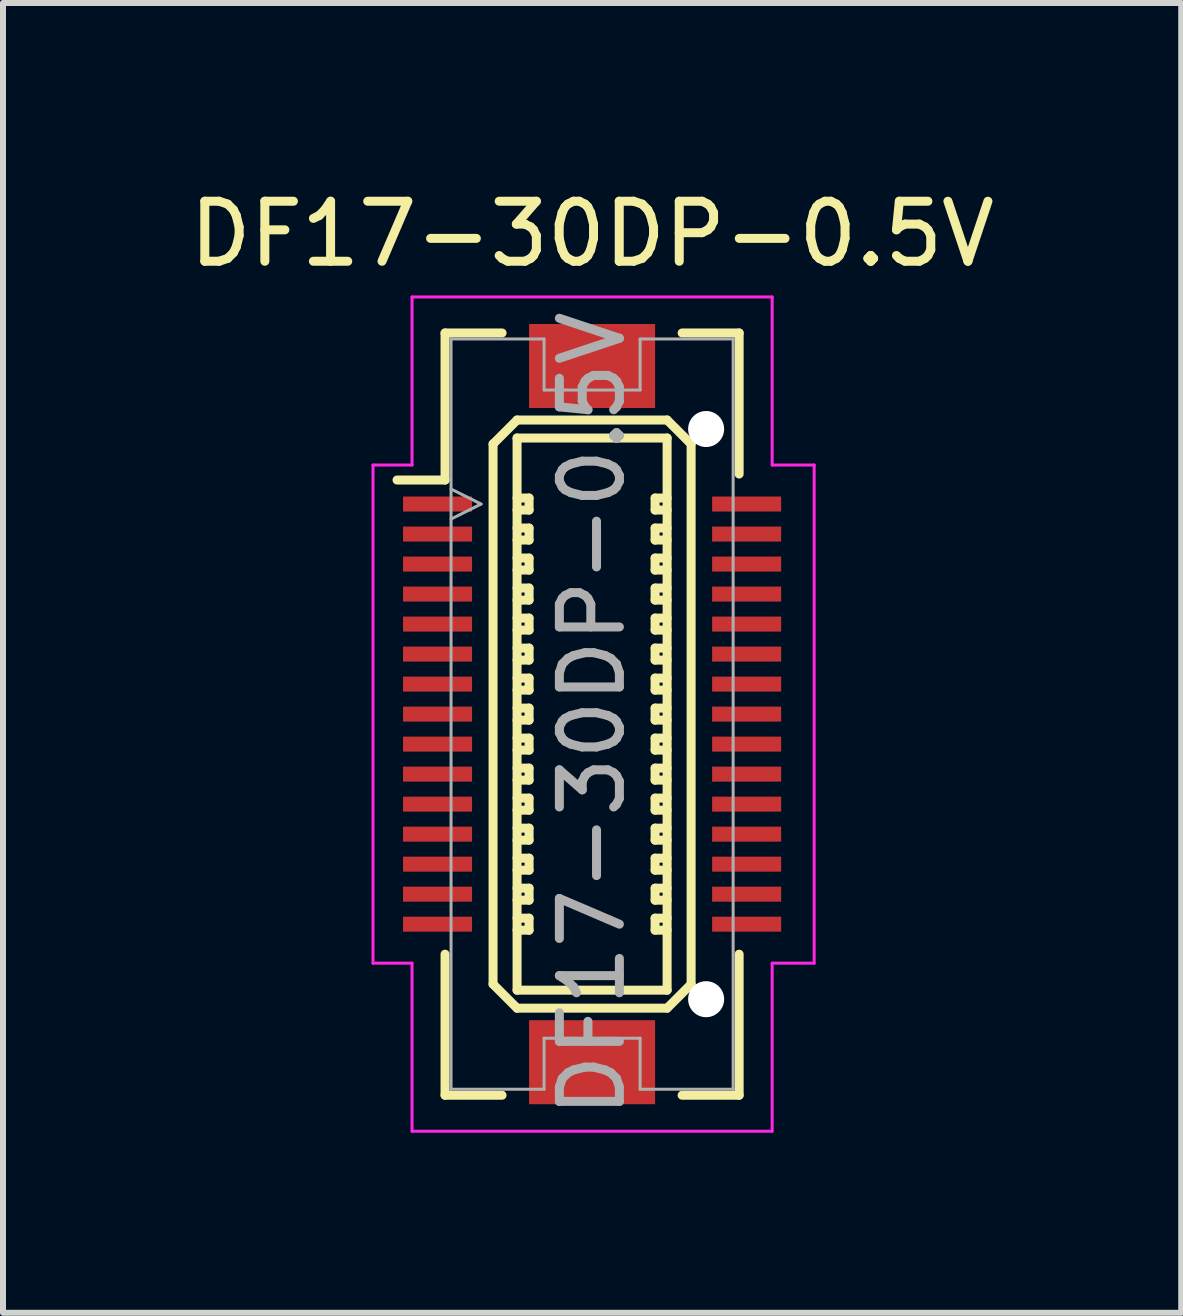
<source format=kicad_pcb>
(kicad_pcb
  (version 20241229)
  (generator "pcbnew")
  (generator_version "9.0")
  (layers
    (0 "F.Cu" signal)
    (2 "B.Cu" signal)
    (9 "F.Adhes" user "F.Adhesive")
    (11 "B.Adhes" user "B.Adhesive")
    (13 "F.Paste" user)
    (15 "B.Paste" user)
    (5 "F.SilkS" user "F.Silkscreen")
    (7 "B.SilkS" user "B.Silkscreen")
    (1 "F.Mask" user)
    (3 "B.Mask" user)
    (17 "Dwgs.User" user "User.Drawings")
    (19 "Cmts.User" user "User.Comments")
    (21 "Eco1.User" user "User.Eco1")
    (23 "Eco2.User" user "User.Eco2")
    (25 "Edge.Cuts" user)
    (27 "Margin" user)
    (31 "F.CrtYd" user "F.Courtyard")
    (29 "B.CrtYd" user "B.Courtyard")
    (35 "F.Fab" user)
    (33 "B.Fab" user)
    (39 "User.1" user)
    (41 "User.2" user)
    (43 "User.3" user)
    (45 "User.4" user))
  (footprint "DF17-30DP-0.5V"
    (layer "F.Cu")
    (at 6.815 8.848)
    (property "Reference" "DF17-30DP-0.5V" (at 0 0 90) (layer "F.Fab") (effects (font (size 1 1) (thickness 0.15))))
    (attr smd)
    (fp_line (start -2.45 -6.35) (end -2.45 -3.9) (stroke (width 0.15) (type solid)) (layer "F.SilkS"))
    (fp_line (start -2.45 -6.35) (end -1.5 -6.35) (stroke (width 0.15) (type solid)) (layer "F.SilkS"))
    (fp_line (start -2.45 -3.9) (end -3.25 -3.9) (stroke (width 0.15) (type solid)) (layer "F.SilkS"))
    (fp_line (start -2.45 4) (end -2.45 6.35) (stroke (width 0.15) (type solid)) (layer "F.SilkS"))
    (fp_line (start -2.45 6.35) (end -1.5 6.35) (stroke (width 0.15) (type solid)) (layer "F.SilkS"))
    (fp_line (start -1.65 -4.5) (end -1.25 -4.9) (stroke (width 0.15) (type solid)) (layer "F.SilkS"))
    (fp_line (start -1.65 4.5) (end -1.65 -4.5) (stroke (width 0.15) (type solid)) (layer "F.SilkS"))
    (fp_line (start -1.25 -4.9) (end 1.25 -4.9) (stroke (width 0.15) (type solid)) (layer "F.SilkS"))
    (fp_line (start -1.25 -4.6) (end 1.25 -4.6) (stroke (width 0.15) (type solid)) (layer "F.SilkS"))
    (fp_line (start -1.25 -3.6) (end -1.05 -3.6) (stroke (width 0.15) (type solid)) (layer "F.SilkS"))
    (fp_line (start -1.25 -3.1) (end -1.05 -3.1) (stroke (width 0.15) (type solid)) (layer "F.SilkS"))
    (fp_line (start -1.25 -2.6) (end -1.05 -2.6) (stroke (width 0.15) (type solid)) (layer "F.SilkS"))
    (fp_line (start -1.25 -2.1) (end -1.05 -2.1) (stroke (width 0.15) (type solid)) (layer "F.SilkS"))
    (fp_line (start -1.25 -1.6) (end -1.05 -1.6) (stroke (width 0.15) (type solid)) (layer "F.SilkS"))
    (fp_line (start -1.25 -1.1) (end -1.05 -1.1) (stroke (width 0.15) (type solid)) (layer "F.SilkS"))
    (fp_line (start -1.25 -0.6) (end -1.05 -0.6) (stroke (width 0.15) (type solid)) (layer "F.SilkS"))
    (fp_line (start -1.25 -0.1) (end -1.05 -0.1) (stroke (width 0.15) (type solid)) (layer "F.SilkS"))
    (fp_line (start -1.25 0.4) (end -1.05 0.4) (stroke (width 0.15) (type solid)) (layer "F.SilkS"))
    (fp_line (start -1.25 0.9) (end -1.05 0.9) (stroke (width 0.15) (type solid)) (layer "F.SilkS"))
    (fp_line (start -1.25 1.4) (end -1.05 1.4) (stroke (width 0.15) (type solid)) (layer "F.SilkS"))
    (fp_line (start -1.25 1.9) (end -1.05 1.9) (stroke (width 0.15) (type solid)) (layer "F.SilkS"))
    (fp_line (start -1.25 2.4) (end -1.05 2.4) (stroke (width 0.15) (type solid)) (layer "F.SilkS"))
    (fp_line (start -1.25 2.9) (end -1.05 2.9) (stroke (width 0.15) (type solid)) (layer "F.SilkS"))
    (fp_line (start -1.25 3.4) (end -1.05 3.4) (stroke (width 0.15) (type solid)) (layer "F.SilkS"))
    (fp_line (start -1.25 4.6) (end -1.25 -4.6) (stroke (width 0.15) (type solid)) (layer "F.SilkS"))
    (fp_line (start -1.25 4.9) (end -1.65 4.5) (stroke (width 0.15) (type solid)) (layer "F.SilkS"))
    (fp_line (start -1.05 -3.6) (end -1.05 -3.4) (stroke (width 0.15) (type solid)) (layer "F.SilkS"))
    (fp_line (start -1.05 -3.4) (end -1.25 -3.4) (stroke (width 0.15) (type solid)) (layer "F.SilkS"))
    (fp_line (start -1.05 -3.1) (end -1.05 -2.9) (stroke (width 0.15) (type solid)) (layer "F.SilkS"))
    (fp_line (start -1.05 -2.9) (end -1.25 -2.9) (stroke (width 0.15) (type solid)) (layer "F.SilkS"))
    (fp_line (start -1.05 -2.6) (end -1.05 -2.4) (stroke (width 0.15) (type solid)) (layer "F.SilkS"))
    (fp_line (start -1.05 -2.4) (end -1.25 -2.4) (stroke (width 0.15) (type solid)) (layer "F.SilkS"))
    (fp_line (start -1.05 -2.1) (end -1.05 -1.9) (stroke (width 0.15) (type solid)) (layer "F.SilkS"))
    (fp_line (start -1.05 -1.9) (end -1.25 -1.9) (stroke (width 0.15) (type solid)) (layer "F.SilkS"))
    (fp_line (start -1.05 -1.6) (end -1.05 -1.4) (stroke (width 0.15) (type solid)) (layer "F.SilkS"))
    (fp_line (start -1.05 -1.4) (end -1.25 -1.4) (stroke (width 0.15) (type solid)) (layer "F.SilkS"))
    (fp_line (start -1.05 -1.1) (end -1.05 -0.9) (stroke (width 0.15) (type solid)) (layer "F.SilkS"))
    (fp_line (start -1.05 -0.9) (end -1.25 -0.9) (stroke (width 0.15) (type solid)) (layer "F.SilkS"))
    (fp_line (start -1.05 -0.6) (end -1.05 -0.4) (stroke (width 0.15) (type solid)) (layer "F.SilkS"))
    (fp_line (start -1.05 -0.4) (end -1.25 -0.4) (stroke (width 0.15) (type solid)) (layer "F.SilkS"))
    (fp_line (start -1.05 -0.1) (end -1.05 0.1) (stroke (width 0.15) (type solid)) (layer "F.SilkS"))
    (fp_line (start -1.05 0.1) (end -1.25 0.1) (stroke (width 0.15) (type solid)) (layer "F.SilkS"))
    (fp_line (start -1.05 0.4) (end -1.05 0.6) (stroke (width 0.15) (type solid)) (layer "F.SilkS"))
    (fp_line (start -1.05 0.6) (end -1.25 0.6) (stroke (width 0.15) (type solid)) (layer "F.SilkS"))
    (fp_line (start -1.05 0.9) (end -1.05 1.1) (stroke (width 0.15) (type solid)) (layer "F.SilkS"))
    (fp_line (start -1.05 1.1) (end -1.25 1.1) (stroke (width 0.15) (type solid)) (layer "F.SilkS"))
    (fp_line (start -1.05 1.4) (end -1.05 1.6) (stroke (width 0.15) (type solid)) (layer "F.SilkS"))
    (fp_line (start -1.05 1.6) (end -1.25 1.6) (stroke (width 0.15) (type solid)) (layer "F.SilkS"))
    (fp_line (start -1.05 1.9) (end -1.05 2.1) (stroke (width 0.15) (type solid)) (layer "F.SilkS"))
    (fp_line (start -1.05 2.1) (end -1.25 2.1) (stroke (width 0.15) (type solid)) (layer "F.SilkS"))
    (fp_line (start -1.05 2.4) (end -1.05 2.6) (stroke (width 0.15) (type solid)) (layer "F.SilkS"))
    (fp_line (start -1.05 2.6) (end -1.25 2.6) (stroke (width 0.15) (type solid)) (layer "F.SilkS"))
    (fp_line (start -1.05 2.9) (end -1.05 3.1) (stroke (width 0.15) (type solid)) (layer "F.SilkS"))
    (fp_line (start -1.05 3.1) (end -1.25 3.1) (stroke (width 0.15) (type solid)) (layer "F.SilkS"))
    (fp_line (start -1.05 3.4) (end -1.05 3.6) (stroke (width 0.15) (type solid)) (layer "F.SilkS"))
    (fp_line (start -1.05 3.6) (end -1.25 3.6) (stroke (width 0.15) (type solid)) (layer "F.SilkS"))
    (fp_line (start 1.05 -3.6) (end 1.25 -3.6) (stroke (width 0.15) (type solid)) (layer "F.SilkS"))
    (fp_line (start 1.05 -3.4) (end 1.05 -3.6) (stroke (width 0.15) (type solid)) (layer "F.SilkS"))
    (fp_line (start 1.05 -3.1) (end 1.25 -3.1) (stroke (width 0.15) (type solid)) (layer "F.SilkS"))
    (fp_line (start 1.05 -2.9) (end 1.05 -3.1) (stroke (width 0.15) (type solid)) (layer "F.SilkS"))
    (fp_line (start 1.05 -2.6) (end 1.25 -2.6) (stroke (width 0.15) (type solid)) (layer "F.SilkS"))
    (fp_line (start 1.05 -2.4) (end 1.05 -2.6) (stroke (width 0.15) (type solid)) (layer "F.SilkS"))
    (fp_line (start 1.05 -2.1) (end 1.25 -2.1) (stroke (width 0.15) (type solid)) (layer "F.SilkS"))
    (fp_line (start 1.05 -1.9) (end 1.05 -2.1) (stroke (width 0.15) (type solid)) (layer "F.SilkS"))
    (fp_line (start 1.05 -1.6) (end 1.25 -1.6) (stroke (width 0.15) (type solid)) (layer "F.SilkS"))
    (fp_line (start 1.05 -1.4) (end 1.05 -1.6) (stroke (width 0.15) (type solid)) (layer "F.SilkS"))
    (fp_line (start 1.05 -1.1) (end 1.25 -1.1) (stroke (width 0.15) (type solid)) (layer "F.SilkS"))
    (fp_line (start 1.05 -0.9) (end 1.05 -1.1) (stroke (width 0.15) (type solid)) (layer "F.SilkS"))
    (fp_line (start 1.05 -0.6) (end 1.25 -0.6) (stroke (width 0.15) (type solid)) (layer "F.SilkS"))
    (fp_line (start 1.05 -0.4) (end 1.05 -0.6) (stroke (width 0.15) (type solid)) (layer "F.SilkS"))
    (fp_line (start 1.05 -0.1) (end 1.25 -0.1) (stroke (width 0.15) (type solid)) (layer "F.SilkS"))
    (fp_line (start 1.05 0.1) (end 1.05 -0.1) (stroke (width 0.15) (type solid)) (layer "F.SilkS"))
    (fp_line (start 1.05 0.4) (end 1.25 0.4) (stroke (width 0.15) (type solid)) (layer "F.SilkS"))
    (fp_line (start 1.05 0.6) (end 1.05 0.4) (stroke (width 0.15) (type solid)) (layer "F.SilkS"))
    (fp_line (start 1.05 0.9) (end 1.25 0.9) (stroke (width 0.15) (type solid)) (layer "F.SilkS"))
    (fp_line (start 1.05 1.1) (end 1.05 0.9) (stroke (width 0.15) (type solid)) (layer "F.SilkS"))
    (fp_line (start 1.05 1.4) (end 1.25 1.4) (stroke (width 0.15) (type solid)) (layer "F.SilkS"))
    (fp_line (start 1.05 1.6) (end 1.05 1.4) (stroke (width 0.15) (type solid)) (layer "F.SilkS"))
    (fp_line (start 1.05 1.9) (end 1.25 1.9) (stroke (width 0.15) (type solid)) (layer "F.SilkS"))
    (fp_line (start 1.05 2.1) (end 1.05 1.9) (stroke (width 0.15) (type solid)) (layer "F.SilkS"))
    (fp_line (start 1.05 2.4) (end 1.25 2.4) (stroke (width 0.15) (type solid)) (layer "F.SilkS"))
    (fp_line (start 1.05 2.6) (end 1.05 2.4) (stroke (width 0.15) (type solid)) (layer "F.SilkS"))
    (fp_line (start 1.05 2.9) (end 1.25 2.9) (stroke (width 0.15) (type solid)) (layer "F.SilkS"))
    (fp_line (start 1.05 3.1) (end 1.05 2.9) (stroke (width 0.15) (type solid)) (layer "F.SilkS"))
    (fp_line (start 1.05 3.4) (end 1.25 3.4) (stroke (width 0.15) (type solid)) (layer "F.SilkS"))
    (fp_line (start 1.05 3.6) (end 1.05 3.4) (stroke (width 0.15) (type solid)) (layer "F.SilkS"))
    (fp_line (start 1.25 -4.9) (end 1.65 -4.5) (stroke (width 0.15) (type solid)) (layer "F.SilkS"))
    (fp_line (start 1.25 -4.6) (end 1.25 4.6) (stroke (width 0.15) (type solid)) (layer "F.SilkS"))
    (fp_line (start 1.25 -3.4) (end 1.05 -3.4) (stroke (width 0.15) (type solid)) (layer "F.SilkS"))
    (fp_line (start 1.25 -2.9) (end 1.05 -2.9) (stroke (width 0.15) (type solid)) (layer "F.SilkS"))
    (fp_line (start 1.25 -2.4) (end 1.05 -2.4) (stroke (width 0.15) (type solid)) (layer "F.SilkS"))
    (fp_line (start 1.25 -1.9) (end 1.05 -1.9) (stroke (width 0.15) (type solid)) (layer "F.SilkS"))
    (fp_line (start 1.25 -1.4) (end 1.05 -1.4) (stroke (width 0.15) (type solid)) (layer "F.SilkS"))
    (fp_line (start 1.25 -0.9) (end 1.05 -0.9) (stroke (width 0.15) (type solid)) (layer "F.SilkS"))
    (fp_line (start 1.25 -0.4) (end 1.05 -0.4) (stroke (width 0.15) (type solid)) (layer "F.SilkS"))
    (fp_line (start 1.25 0.1) (end 1.05 0.1) (stroke (width 0.15) (type solid)) (layer "F.SilkS"))
    (fp_line (start 1.25 0.6) (end 1.05 0.6) (stroke (width 0.15) (type solid)) (layer "F.SilkS"))
    (fp_line (start 1.25 1.1) (end 1.05 1.1) (stroke (width 0.15) (type solid)) (layer "F.SilkS"))
    (fp_line (start 1.25 1.6) (end 1.05 1.6) (stroke (width 0.15) (type solid)) (layer "F.SilkS"))
    (fp_line (start 1.25 2.1) (end 1.05 2.1) (stroke (width 0.15) (type solid)) (layer "F.SilkS"))
    (fp_line (start 1.25 2.6) (end 1.05 2.6) (stroke (width 0.15) (type solid)) (layer "F.SilkS"))
    (fp_line (start 1.25 3.1) (end 1.05 3.1) (stroke (width 0.15) (type solid)) (layer "F.SilkS"))
    (fp_line (start 1.25 3.6) (end 1.05 3.6) (stroke (width 0.15) (type solid)) (layer "F.SilkS"))
    (fp_line (start 1.25 4.6) (end -1.25 4.6) (stroke (width 0.15) (type solid)) (layer "F.SilkS"))
    (fp_line (start 1.25 4.9) (end -1.25 4.9) (stroke (width 0.15) (type solid)) (layer "F.SilkS"))
    (fp_line (start 1.25 4.9) (end 1.65 4.5) (stroke (width 0.15) (type solid)) (layer "F.SilkS"))
    (fp_line (start 1.5 -6.35) (end 2.45 -6.35) (stroke (width 0.15) (type solid)) (layer "F.SilkS"))
    (fp_line (start 1.65 -4.5) (end 1.65 4.5) (stroke (width 0.15) (type solid)) (layer "F.SilkS"))
    (fp_line (start 2.45 -6.35) (end 2.45 -4) (stroke (width 0.15) (type solid)) (layer "F.SilkS"))
    (fp_line (start 2.45 4) (end 2.45 6.35) (stroke (width 0.15) (type solid)) (layer "F.SilkS"))
    (fp_line (start 2.45 6.35) (end 1.5 6.35) (stroke (width 0.15) (type solid)) (layer "F.SilkS"))
    (fp_line (start -3.65 -4.15) (end -3.65 4.15) (stroke (width 0.05) (type solid)) (layer "F.CrtYd"))
    (fp_line (start -3 -6.95) (end -3 -4.15) (stroke (width 0.05) (type solid)) (layer "F.CrtYd"))
    (fp_line (start -3 -4.15) (end -3.65 -4.15) (stroke (width 0.05) (type solid)) (layer "F.CrtYd"))
    (fp_line (start -3 4.15) (end -3.65 4.15) (stroke (width 0.05) (type solid)) (layer "F.CrtYd"))
    (fp_line (start -3 6.95) (end -3 4.15) (stroke (width 0.05) (type solid)) (layer "F.CrtYd"))
    (fp_line (start -3 6.95) (end 3 6.95) (stroke (width 0.05) (type solid)) (layer "F.CrtYd"))
    (fp_line (start 3 -6.95) (end -3 -6.95) (stroke (width 0.05) (type solid)) (layer "F.CrtYd"))
    (fp_line (start 3 -4.15) (end 3 -6.95) (stroke (width 0.05) (type solid)) (layer "F.CrtYd"))
    (fp_line (start 3 4.15) (end 3.7 4.15) (stroke (width 0.05) (type solid)) (layer "F.CrtYd"))
    (fp_line (start 3 6.95) (end 3 4.15) (stroke (width 0.05) (type solid)) (layer "F.CrtYd"))
    (fp_line (start 3.7 -4.15) (end 3 -4.15) (stroke (width 0.05) (type solid)) (layer "F.CrtYd"))
    (fp_line (start 3.7 4.15) (end 3.7 -4.15) (stroke (width 0.05) (type solid)) (layer "F.CrtYd"))
    (fp_line (start -2.35 -6.25) (end -2.35 6.25) (stroke (width 0.05) (type solid)) (layer "F.Fab"))
    (fp_line (start -2.35 -6.25) (end -0.8 -6.25) (stroke (width 0.05) (type solid)) (layer "F.Fab"))
    (fp_line (start -2.35 -3.25) (end -1.85 -3.5) (stroke (width 0.05) (type solid)) (layer "F.Fab"))
    (fp_line (start -2.35 6.25) (end -0.8 6.25) (stroke (width 0.05) (type solid)) (layer "F.Fab"))
    (fp_line (start -1.85 -3.5) (end -2.35 -3.75) (stroke (width 0.05) (type solid)) (layer "F.Fab"))
    (fp_line (start -0.8 -6.25) (end -0.8 -5.4) (stroke (width 0.05) (type solid)) (layer "F.Fab"))
    (fp_line (start -0.8 -5.4) (end 0.8 -5.4) (stroke (width 0.05) (type solid)) (layer "F.Fab"))
    (fp_line (start -0.8 5.4) (end -0.8 6.25) (stroke (width 0.05) (type solid)) (layer "F.Fab"))
    (fp_line (start -0.8 5.4) (end 0.8 5.4) (stroke (width 0.05) (type solid)) (layer "F.Fab"))
    (fp_line (start 0.8 -6.25) (end 2.35 -6.25) (stroke (width 0.05) (type solid)) (layer "F.Fab"))
    (fp_line (start 0.8 -5.4) (end 0.8 -6.25) (stroke (width 0.05) (type solid)) (layer "F.Fab"))
    (fp_line (start 0.8 6.25) (end 0.8 5.4) (stroke (width 0.05) (type solid)) (layer "F.Fab"))
    (fp_line (start 0.8 6.25) (end 2.35 6.25) (stroke (width 0.05) (type solid)) (layer "F.Fab"))
    (fp_line (start 2.35 -6.25) (end 2.35 6.25) (stroke (width 0.05) (type solid)) (layer "F.Fab"))
    (fp_text user "${REFERENCE}" (at 0 -8 0) (layer "F.SilkS") (effects (font (size 1 1) (thickness 0.15))))
    (pad "" smd rect (at 0 -5.8) (size 2.1 1.4) (layers "F.Cu" "F.Mask" "F.Paste"))
    (pad "" smd rect (at 0 5.8) (size 2.1 1.4) (layers "F.Cu" "F.Mask" "F.Paste"))
    (pad "" np_thru_hole circle (at 1.9 -4.75) (size 0.6 0.6) (drill 0.6) (layers "*.Cu"))
    (pad "" np_thru_hole circle (at 1.9 4.75) (size 0.6 0.6) (drill 0.6) (layers "*.Cu"))
    (pad "1" smd rect (at -2.575 -3.5) (size 1.15 0.25) (layers "F.Cu" "F.Mask" "F.Paste"))
    (pad "2" smd rect (at -2.575 -3) (size 1.15 0.25) (layers "F.Cu" "F.Mask" "F.Paste"))
    (pad "3" smd rect (at -2.575 -2.5) (size 1.15 0.25) (layers "F.Cu" "F.Mask" "F.Paste"))
    (pad "4" smd rect (at -2.575 -2) (size 1.15 0.25) (layers "F.Cu" "F.Mask" "F.Paste"))
    (pad "5" smd rect (at -2.575 -1.5) (size 1.15 0.25) (layers "F.Cu" "F.Mask" "F.Paste"))
    (pad "6" smd rect (at -2.575 -1) (size 1.15 0.25) (layers "F.Cu" "F.Mask" "F.Paste"))
    (pad "7" smd rect (at -2.575 -0.5) (size 1.15 0.25) (layers "F.Cu" "F.Mask" "F.Paste"))
    (pad "8" smd rect (at -2.575 0) (size 1.15 0.25) (layers "F.Cu" "F.Mask" "F.Paste"))
    (pad "9" smd rect (at -2.575 0.5) (size 1.15 0.25) (layers "F.Cu" "F.Mask" "F.Paste"))
    (pad "10" smd rect (at -2.575 1) (size 1.15 0.25) (layers "F.Cu" "F.Mask" "F.Paste"))
    (pad "11" smd rect (at -2.575 1.5) (size 1.15 0.25) (layers "F.Cu" "F.Mask" "F.Paste"))
    (pad "12" smd rect (at -2.575 2) (size 1.15 0.25) (layers "F.Cu" "F.Mask" "F.Paste"))
    (pad "13" smd rect (at -2.575 2.5) (size 1.15 0.25) (layers "F.Cu" "F.Mask" "F.Paste"))
    (pad "14" smd rect (at -2.575 3) (size 1.15 0.25) (layers "F.Cu" "F.Mask" "F.Paste"))
    (pad "15" smd rect (at -2.575 3.5) (size 1.15 0.25) (layers "F.Cu" "F.Mask" "F.Paste"))
    (pad "16" smd rect (at 2.575 3.5) (size 1.15 0.25) (layers "F.Cu" "F.Mask" "F.Paste"))
    (pad "17" smd rect (at 2.575 3) (size 1.15 0.25) (layers "F.Cu" "F.Mask" "F.Paste"))
    (pad "18" smd rect (at 2.575 2.5) (size 1.15 0.25) (layers "F.Cu" "F.Mask" "F.Paste"))
    (pad "19" smd rect (at 2.575 2) (size 1.15 0.25) (layers "F.Cu" "F.Mask" "F.Paste"))
    (pad "20" smd rect (at 2.575 1.5) (size 1.15 0.25) (layers "F.Cu" "F.Mask" "F.Paste"))
    (pad "21" smd rect (at 2.575 1) (size 1.15 0.25) (layers "F.Cu" "F.Mask" "F.Paste"))
    (pad "22" smd rect (at 2.575 0.5) (size 1.15 0.25) (layers "F.Cu" "F.Mask" "F.Paste"))
    (pad "23" smd rect (at 2.575 0) (size 1.15 0.25) (layers "F.Cu" "F.Mask" "F.Paste"))
    (pad "24" smd rect (at 2.575 -0.5) (size 1.15 0.25) (layers "F.Cu" "F.Mask" "F.Paste"))
    (pad "25" smd rect (at 2.575 -1) (size 1.15 0.25) (layers "F.Cu" "F.Mask" "F.Paste"))
    (pad "26" smd rect (at 2.575 -1.5) (size 1.15 0.25) (layers "F.Cu" "F.Mask" "F.Paste"))
    (pad "27" smd rect (at 2.575 -2) (size 1.15 0.25) (layers "F.Cu" "F.Mask" "F.Paste"))
    (pad "28" smd rect (at 2.575 -2.5) (size 1.15 0.25) (layers "F.Cu" "F.Mask" "F.Paste"))
    (pad "29" smd rect (at 2.575 -3) (size 1.15 0.25) (layers "F.Cu" "F.Mask" "F.Paste"))
    (pad "30" smd rect (at 2.575 -3.5) (size 1.15 0.25) (layers "F.Cu" "F.Mask" "F.Paste")))
  (gr_rect
    (start -3 -3)
    (end 16.631 18.823)
    (stroke (width 0.1) (type default))
    (fill no)
    (layer "Edge.Cuts")))
</source>
